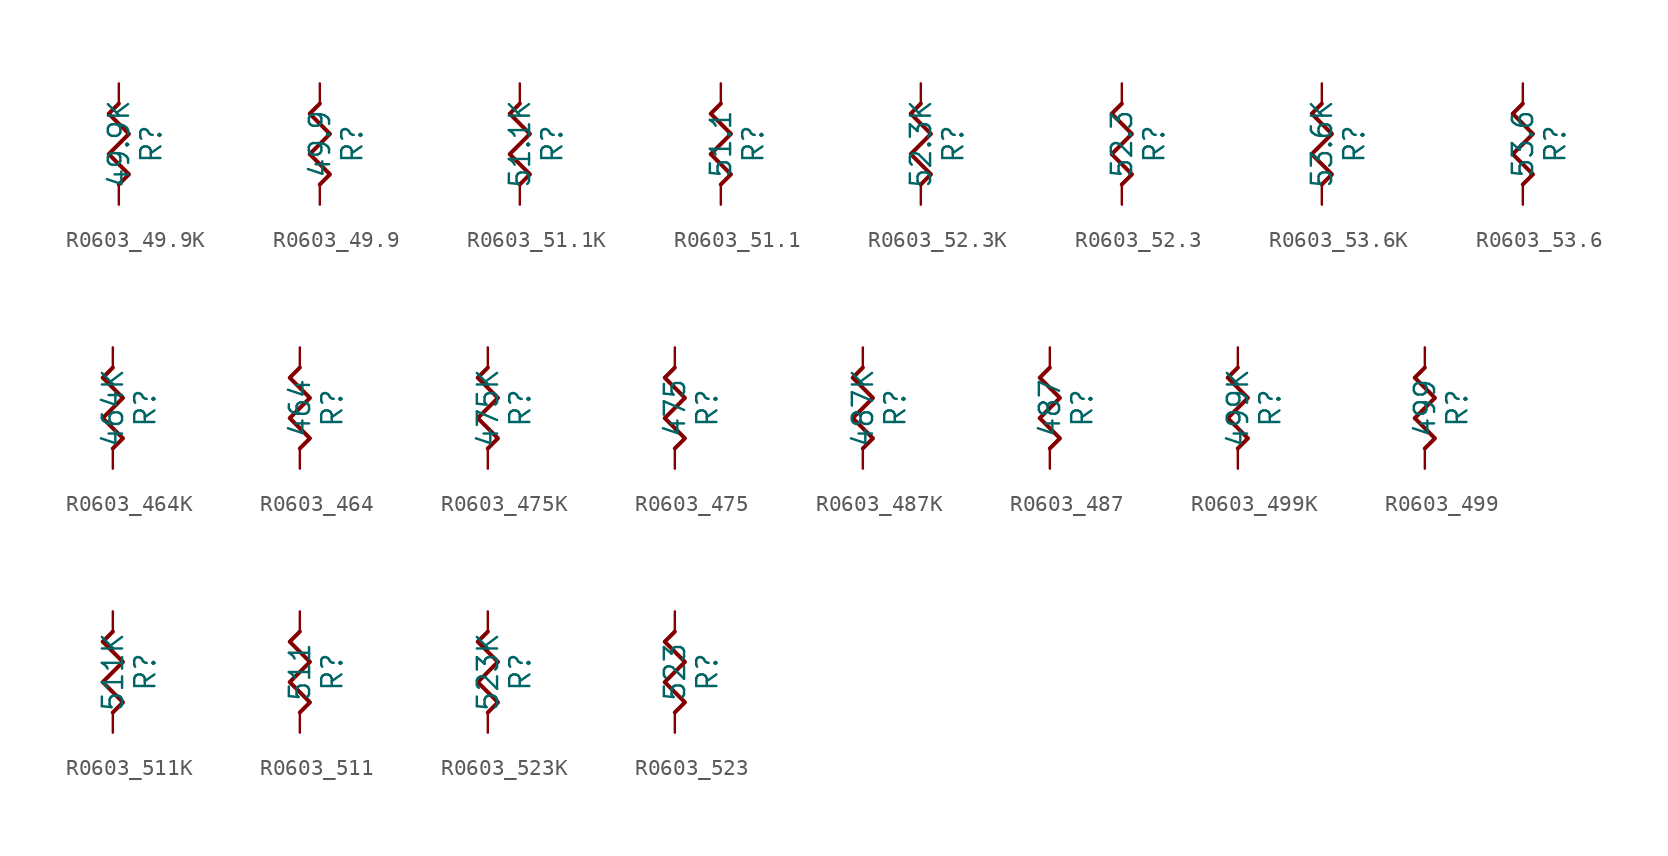
<source format=kicad_sym>
(kicad_symbol_lib
  (version 20211014)
  (generator atlantix-eda)
  (symbol "R0603_49.9K"
    (pin_numbers hide)
    (pin_names
      (offset 0))
    (property "Reference" "R"
      (at 2.032 0 90)
      (effects (font (size 1.27 1.27))))
    (property "Value" "49.9K"
      (at 0 0 90)
      (effects (font (size 1.27 1.27))))
    (symbol "R0603_49.9K_0_1"
      (polyline (pts (xy 0 -2.54) (xy 0.635 -1.905) (xy -0.635 -0.635) (xy 0.635 0.635) (xy -0.635 1.905) (xy 0 2.54)) (stroke (width 0.254) (type default) (color 0 0 0 0)) (fill (type none))))
    (symbol "R0603_49.9K_1_1"
      (pin passive line (at 0 3.81 270) (length 1.27) (name "~" (effects (font (size 1.27 1.27)))) (number "1" (effects (font (size 1.27 1.27)))))
      (pin passive line (at 0 -3.81 90) (length 1.27) (name "~" (effects (font (size 1.27 1.27)))) (number "2" (effects (font (size 1.27 1.27)))))))
  (symbol "R0603_49.9"
    (pin_numbers hide)
    (pin_names
      (offset 0))
    (property "Reference" "R"
      (at 2.032 0 90)
      (effects (font (size 1.27 1.27))))
    (property "Value" "49.9"
      (at 0 0 90)
      (effects (font (size 1.27 1.27))))
    (symbol "R0603_49.9_0_1"
      (polyline (pts (xy 0 -2.54) (xy 0.635 -1.905) (xy -0.635 -0.635) (xy 0.635 0.635) (xy -0.635 1.905) (xy 0 2.54)) (stroke (width 0.254) (type default) (color 0 0 0 0)) (fill (type none))))
    (symbol "R0603_49.9_1_1"
      (pin passive line (at 0 3.81 270) (length 1.27) (name "~" (effects (font (size 1.27 1.27)))) (number "1" (effects (font (size 1.27 1.27)))))
      (pin passive line (at 0 -3.81 90) (length 1.27) (name "~" (effects (font (size 1.27 1.27)))) (number "2" (effects (font (size 1.27 1.27)))))))
  (symbol "R0603_51.1K"
    (pin_numbers hide)
    (pin_names
      (offset 0))
    (property "Reference" "R"
      (at 2.032 0 90)
      (effects (font (size 1.27 1.27))))
    (property "Value" "51.1K"
      (at 0 0 90)
      (effects (font (size 1.27 1.27))))
    (symbol "R0603_51.1K_0_1"
      (polyline (pts (xy 0 -2.54) (xy 0.635 -1.905) (xy -0.635 -0.635) (xy 0.635 0.635) (xy -0.635 1.905) (xy 0 2.54)) (stroke (width 0.254) (type default) (color 0 0 0 0)) (fill (type none))))
    (symbol "R0603_51.1K_1_1"
      (pin passive line (at 0 3.81 270) (length 1.27) (name "~" (effects (font (size 1.27 1.27)))) (number "1" (effects (font (size 1.27 1.27)))))
      (pin passive line (at 0 -3.81 90) (length 1.27) (name "~" (effects (font (size 1.27 1.27)))) (number "2" (effects (font (size 1.27 1.27)))))))
  (symbol "R0603_51.1"
    (pin_numbers hide)
    (pin_names
      (offset 0))
    (property "Reference" "R"
      (at 2.032 0 90)
      (effects (font (size 1.27 1.27))))
    (property "Value" "51.1"
      (at 0 0 90)
      (effects (font (size 1.27 1.27))))
    (symbol "R0603_51.1_0_1"
      (polyline (pts (xy 0 -2.54) (xy 0.635 -1.905) (xy -0.635 -0.635) (xy 0.635 0.635) (xy -0.635 1.905) (xy 0 2.54)) (stroke (width 0.254) (type default) (color 0 0 0 0)) (fill (type none))))
    (symbol "R0603_51.1_1_1"
      (pin passive line (at 0 3.81 270) (length 1.27) (name "~" (effects (font (size 1.27 1.27)))) (number "1" (effects (font (size 1.27 1.27)))))
      (pin passive line (at 0 -3.81 90) (length 1.27) (name "~" (effects (font (size 1.27 1.27)))) (number "2" (effects (font (size 1.27 1.27)))))))
  (symbol "R0603_52.3K"
    (pin_numbers hide)
    (pin_names
      (offset 0))
    (property "Reference" "R"
      (at 2.032 0 90)
      (effects (font (size 1.27 1.27))))
    (property "Value" "52.3K"
      (at 0 0 90)
      (effects (font (size 1.27 1.27))))
    (symbol "R0603_52.3K_0_1"
      (polyline (pts (xy 0 -2.54) (xy 0.635 -1.905) (xy -0.635 -0.635) (xy 0.635 0.635) (xy -0.635 1.905) (xy 0 2.54)) (stroke (width 0.254) (type default) (color 0 0 0 0)) (fill (type none))))
    (symbol "R0603_52.3K_1_1"
      (pin passive line (at 0 3.81 270) (length 1.27) (name "~" (effects (font (size 1.27 1.27)))) (number "1" (effects (font (size 1.27 1.27)))))
      (pin passive line (at 0 -3.81 90) (length 1.27) (name "~" (effects (font (size 1.27 1.27)))) (number "2" (effects (font (size 1.27 1.27)))))))
  (symbol "R0603_52.3"
    (pin_numbers hide)
    (pin_names
      (offset 0))
    (property "Reference" "R"
      (at 2.032 0 90)
      (effects (font (size 1.27 1.27))))
    (property "Value" "52.3"
      (at 0 0 90)
      (effects (font (size 1.27 1.27))))
    (symbol "R0603_52.3_0_1"
      (polyline (pts (xy 0 -2.54) (xy 0.635 -1.905) (xy -0.635 -0.635) (xy 0.635 0.635) (xy -0.635 1.905) (xy 0 2.54)) (stroke (width 0.254) (type default) (color 0 0 0 0)) (fill (type none))))
    (symbol "R0603_52.3_1_1"
      (pin passive line (at 0 3.81 270) (length 1.27) (name "~" (effects (font (size 1.27 1.27)))) (number "1" (effects (font (size 1.27 1.27)))))
      (pin passive line (at 0 -3.81 90) (length 1.27) (name "~" (effects (font (size 1.27 1.27)))) (number "2" (effects (font (size 1.27 1.27)))))))
  (symbol "R0603_53.6K"
    (pin_numbers hide)
    (pin_names
      (offset 0))
    (property "Reference" "R"
      (at 2.032 0 90)
      (effects (font (size 1.27 1.27))))
    (property "Value" "53.6K"
      (at 0 0 90)
      (effects (font (size 1.27 1.27))))
    (symbol "R0603_53.6K_0_1"
      (polyline (pts (xy 0 -2.54) (xy 0.635 -1.905) (xy -0.635 -0.635) (xy 0.635 0.635) (xy -0.635 1.905) (xy 0 2.54)) (stroke (width 0.254) (type default) (color 0 0 0 0)) (fill (type none))))
    (symbol "R0603_53.6K_1_1"
      (pin passive line (at 0 3.81 270) (length 1.27) (name "~" (effects (font (size 1.27 1.27)))) (number "1" (effects (font (size 1.27 1.27)))))
      (pin passive line (at 0 -3.81 90) (length 1.27) (name "~" (effects (font (size 1.27 1.27)))) (number "2" (effects (font (size 1.27 1.27)))))))
  (symbol "R0603_53.6"
    (pin_numbers hide)
    (pin_names
      (offset 0))
    (property "Reference" "R"
      (at 2.032 0 90)
      (effects (font (size 1.27 1.27))))
    (property "Value" "53.6"
      (at 0 0 90)
      (effects (font (size 1.27 1.27))))
    (symbol "R0603_53.6_0_1"
      (polyline (pts (xy 0 -2.54) (xy 0.635 -1.905) (xy -0.635 -0.635) (xy 0.635 0.635) (xy -0.635 1.905) (xy 0 2.54)) (stroke (width 0.254) (type default) (color 0 0 0 0)) (fill (type none))))
    (symbol "R0603_53.6_1_1"
      (pin passive line (at 0 3.81 270) (length 1.27) (name "~" (effects (font (size 1.27 1.27)))) (number "1" (effects (font (size 1.27 1.27)))))
      (pin passive line (at 0 -3.81 90) (length 1.27) (name "~" (effects (font (size 1.27 1.27)))) (number "2" (effects (font (size 1.27 1.27)))))))
  (symbol "R0603_464K"
    (pin_numbers hide)
    (pin_names
      (offset 0))
    (property "Reference" "R"
      (at 2.032 0 90)
      (effects (font (size 1.27 1.27))))
    (property "Value" "464K"
      (at 0 0 90)
      (effects (font (size 1.27 1.27))))
    (symbol "R0603_464K_0_1"
      (polyline (pts (xy 0 -2.54) (xy 0.635 -1.905) (xy -0.635 -0.635) (xy 0.635 0.635) (xy -0.635 1.905) (xy 0 2.54)) (stroke (width 0.254) (type default) (color 0 0 0 0)) (fill (type none))))
    (symbol "R0603_464K_1_1"
      (pin passive line (at 0 3.81 270) (length 1.27) (name "~" (effects (font (size 1.27 1.27)))) (number "1" (effects (font (size 1.27 1.27)))))
      (pin passive line (at 0 -3.81 90) (length 1.27) (name "~" (effects (font (size 1.27 1.27)))) (number "2" (effects (font (size 1.27 1.27)))))))
  (symbol "R0603_464"
    (pin_numbers hide)
    (pin_names
      (offset 0))
    (property "Reference" "R"
      (at 2.032 0 90)
      (effects (font (size 1.27 1.27))))
    (property "Value" "464"
      (at 0 0 90)
      (effects (font (size 1.27 1.27))))
    (symbol "R0603_464_0_1"
      (polyline (pts (xy 0 -2.54) (xy 0.635 -1.905) (xy -0.635 -0.635) (xy 0.635 0.635) (xy -0.635 1.905) (xy 0 2.54)) (stroke (width 0.254) (type default) (color 0 0 0 0)) (fill (type none))))
    (symbol "R0603_464_1_1"
      (pin passive line (at 0 3.81 270) (length 1.27) (name "~" (effects (font (size 1.27 1.27)))) (number "1" (effects (font (size 1.27 1.27)))))
      (pin passive line (at 0 -3.81 90) (length 1.27) (name "~" (effects (font (size 1.27 1.27)))) (number "2" (effects (font (size 1.27 1.27)))))))
  (symbol "R0603_475K"
    (pin_numbers hide)
    (pin_names
      (offset 0))
    (property "Reference" "R"
      (at 2.032 0 90)
      (effects (font (size 1.27 1.27))))
    (property "Value" "475K"
      (at 0 0 90)
      (effects (font (size 1.27 1.27))))
    (symbol "R0603_475K_0_1"
      (polyline (pts (xy 0 -2.54) (xy 0.635 -1.905) (xy -0.635 -0.635) (xy 0.635 0.635) (xy -0.635 1.905) (xy 0 2.54)) (stroke (width 0.254) (type default) (color 0 0 0 0)) (fill (type none))))
    (symbol "R0603_475K_1_1"
      (pin passive line (at 0 3.81 270) (length 1.27) (name "~" (effects (font (size 1.27 1.27)))) (number "1" (effects (font (size 1.27 1.27)))))
      (pin passive line (at 0 -3.81 90) (length 1.27) (name "~" (effects (font (size 1.27 1.27)))) (number "2" (effects (font (size 1.27 1.27)))))))
  (symbol "R0603_475"
    (pin_numbers hide)
    (pin_names
      (offset 0))
    (property "Reference" "R"
      (at 2.032 0 90)
      (effects (font (size 1.27 1.27))))
    (property "Value" "475"
      (at 0 0 90)
      (effects (font (size 1.27 1.27))))
    (symbol "R0603_475_0_1"
      (polyline (pts (xy 0 -2.54) (xy 0.635 -1.905) (xy -0.635 -0.635) (xy 0.635 0.635) (xy -0.635 1.905) (xy 0 2.54)) (stroke (width 0.254) (type default) (color 0 0 0 0)) (fill (type none))))
    (symbol "R0603_475_1_1"
      (pin passive line (at 0 3.81 270) (length 1.27) (name "~" (effects (font (size 1.27 1.27)))) (number "1" (effects (font (size 1.27 1.27)))))
      (pin passive line (at 0 -3.81 90) (length 1.27) (name "~" (effects (font (size 1.27 1.27)))) (number "2" (effects (font (size 1.27 1.27)))))))
  (symbol "R0603_487K"
    (pin_numbers hide)
    (pin_names
      (offset 0))
    (property "Reference" "R"
      (at 2.032 0 90)
      (effects (font (size 1.27 1.27))))
    (property "Value" "487K"
      (at 0 0 90)
      (effects (font (size 1.27 1.27))))
    (symbol "R0603_487K_0_1"
      (polyline (pts (xy 0 -2.54) (xy 0.635 -1.905) (xy -0.635 -0.635) (xy 0.635 0.635) (xy -0.635 1.905) (xy 0 2.54)) (stroke (width 0.254) (type default) (color 0 0 0 0)) (fill (type none))))
    (symbol "R0603_487K_1_1"
      (pin passive line (at 0 3.81 270) (length 1.27) (name "~" (effects (font (size 1.27 1.27)))) (number "1" (effects (font (size 1.27 1.27)))))
      (pin passive line (at 0 -3.81 90) (length 1.27) (name "~" (effects (font (size 1.27 1.27)))) (number "2" (effects (font (size 1.27 1.27)))))))
  (symbol "R0603_487"
    (pin_numbers hide)
    (pin_names
      (offset 0))
    (property "Reference" "R"
      (at 2.032 0 90)
      (effects (font (size 1.27 1.27))))
    (property "Value" "487"
      (at 0 0 90)
      (effects (font (size 1.27 1.27))))
    (symbol "R0603_487_0_1"
      (polyline (pts (xy 0 -2.54) (xy 0.635 -1.905) (xy -0.635 -0.635) (xy 0.635 0.635) (xy -0.635 1.905) (xy 0 2.54)) (stroke (width 0.254) (type default) (color 0 0 0 0)) (fill (type none))))
    (symbol "R0603_487_1_1"
      (pin passive line (at 0 3.81 270) (length 1.27) (name "~" (effects (font (size 1.27 1.27)))) (number "1" (effects (font (size 1.27 1.27)))))
      (pin passive line (at 0 -3.81 90) (length 1.27) (name "~" (effects (font (size 1.27 1.27)))) (number "2" (effects (font (size 1.27 1.27)))))))
  (symbol "R0603_499K"
    (pin_numbers hide)
    (pin_names
      (offset 0))
    (property "Reference" "R"
      (at 2.032 0 90)
      (effects (font (size 1.27 1.27))))
    (property "Value" "499K"
      (at 0 0 90)
      (effects (font (size 1.27 1.27))))
    (symbol "R0603_499K_0_1"
      (polyline (pts (xy 0 -2.54) (xy 0.635 -1.905) (xy -0.635 -0.635) (xy 0.635 0.635) (xy -0.635 1.905) (xy 0 2.54)) (stroke (width 0.254) (type default) (color 0 0 0 0)) (fill (type none))))
    (symbol "R0603_499K_1_1"
      (pin passive line (at 0 3.81 270) (length 1.27) (name "~" (effects (font (size 1.27 1.27)))) (number "1" (effects (font (size 1.27 1.27)))))
      (pin passive line (at 0 -3.81 90) (length 1.27) (name "~" (effects (font (size 1.27 1.27)))) (number "2" (effects (font (size 1.27 1.27)))))))
  (symbol "R0603_499"
    (pin_numbers hide)
    (pin_names
      (offset 0))
    (property "Reference" "R"
      (at 2.032 0 90)
      (effects (font (size 1.27 1.27))))
    (property "Value" "499"
      (at 0 0 90)
      (effects (font (size 1.27 1.27))))
    (symbol "R0603_499_0_1"
      (polyline (pts (xy 0 -2.54) (xy 0.635 -1.905) (xy -0.635 -0.635) (xy 0.635 0.635) (xy -0.635 1.905) (xy 0 2.54)) (stroke (width 0.254) (type default) (color 0 0 0 0)) (fill (type none))))
    (symbol "R0603_499_1_1"
      (pin passive line (at 0 3.81 270) (length 1.27) (name "~" (effects (font (size 1.27 1.27)))) (number "1" (effects (font (size 1.27 1.27)))))
      (pin passive line (at 0 -3.81 90) (length 1.27) (name "~" (effects (font (size 1.27 1.27)))) (number "2" (effects (font (size 1.27 1.27)))))))
  (symbol "R0603_511K"
    (pin_numbers hide)
    (pin_names
      (offset 0))
    (property "Reference" "R"
      (at 2.032 0 90)
      (effects (font (size 1.27 1.27))))
    (property "Value" "511K"
      (at 0 0 90)
      (effects (font (size 1.27 1.27))))
    (symbol "R0603_511K_0_1"
      (polyline (pts (xy 0 -2.54) (xy 0.635 -1.905) (xy -0.635 -0.635) (xy 0.635 0.635) (xy -0.635 1.905) (xy 0 2.54)) (stroke (width 0.254) (type default) (color 0 0 0 0)) (fill (type none))))
    (symbol "R0603_511K_1_1"
      (pin passive line (at 0 3.81 270) (length 1.27) (name "~" (effects (font (size 1.27 1.27)))) (number "1" (effects (font (size 1.27 1.27)))))
      (pin passive line (at 0 -3.81 90) (length 1.27) (name "~" (effects (font (size 1.27 1.27)))) (number "2" (effects (font (size 1.27 1.27)))))))
  (symbol "R0603_511"
    (pin_numbers hide)
    (pin_names
      (offset 0))
    (property "Reference" "R"
      (at 2.032 0 90)
      (effects (font (size 1.27 1.27))))
    (property "Value" "511"
      (at 0 0 90)
      (effects (font (size 1.27 1.27))))
    (symbol "R0603_511_0_1"
      (polyline (pts (xy 0 -2.54) (xy 0.635 -1.905) (xy -0.635 -0.635) (xy 0.635 0.635) (xy -0.635 1.905) (xy 0 2.54)) (stroke (width 0.254) (type default) (color 0 0 0 0)) (fill (type none))))
    (symbol "R0603_511_1_1"
      (pin passive line (at 0 3.81 270) (length 1.27) (name "~" (effects (font (size 1.27 1.27)))) (number "1" (effects (font (size 1.27 1.27)))))
      (pin passive line (at 0 -3.81 90) (length 1.27) (name "~" (effects (font (size 1.27 1.27)))) (number "2" (effects (font (size 1.27 1.27)))))))
  (symbol "R0603_523K"
    (pin_numbers hide)
    (pin_names
      (offset 0))
    (property "Reference" "R"
      (at 2.032 0 90)
      (effects (font (size 1.27 1.27))))
    (property "Value" "523K"
      (at 0 0 90)
      (effects (font (size 1.27 1.27))))
    (symbol "R0603_523K_0_1"
      (polyline (pts (xy 0 -2.54) (xy 0.635 -1.905) (xy -0.635 -0.635) (xy 0.635 0.635) (xy -0.635 1.905) (xy 0 2.54)) (stroke (width 0.254) (type default) (color 0 0 0 0)) (fill (type none))))
    (symbol "R0603_523K_1_1"
      (pin passive line (at 0 3.81 270) (length 1.27) (name "~" (effects (font (size 1.27 1.27)))) (number "1" (effects (font (size 1.27 1.27)))))
      (pin passive line (at 0 -3.81 90) (length 1.27) (name "~" (effects (font (size 1.27 1.27)))) (number "2" (effects (font (size 1.27 1.27)))))))
  (symbol "R0603_523"
    (pin_numbers hide)
    (pin_names
      (offset 0))
    (property "Reference" "R"
      (at 2.032 0 90)
      (effects (font (size 1.27 1.27))))
    (property "Value" "523"
      (at 0 0 90)
      (effects (font (size 1.27 1.27))))
    (symbol "R0603_523_0_1"
      (polyline (pts (xy 0 -2.54) (xy 0.635 -1.905) (xy -0.635 -0.635) (xy 0.635 0.635) (xy -0.635 1.905) (xy 0 2.54)) (stroke (width 0.254) (type default) (color 0 0 0 0)) (fill (type none))))
    (symbol "R0603_523_1_1"
      (pin passive line (at 0 3.81 270) (length 1.27) (name "~" (effects (font (size 1.27 1.27)))) (number "1" (effects (font (size 1.27 1.27)))))
      (pin passive line (at 0 -3.81 90) (length 1.27) (name "~" (effects (font (size 1.27 1.27)))) (number "2" (effects (font (size 1.27 1.27))))))))
</source>
